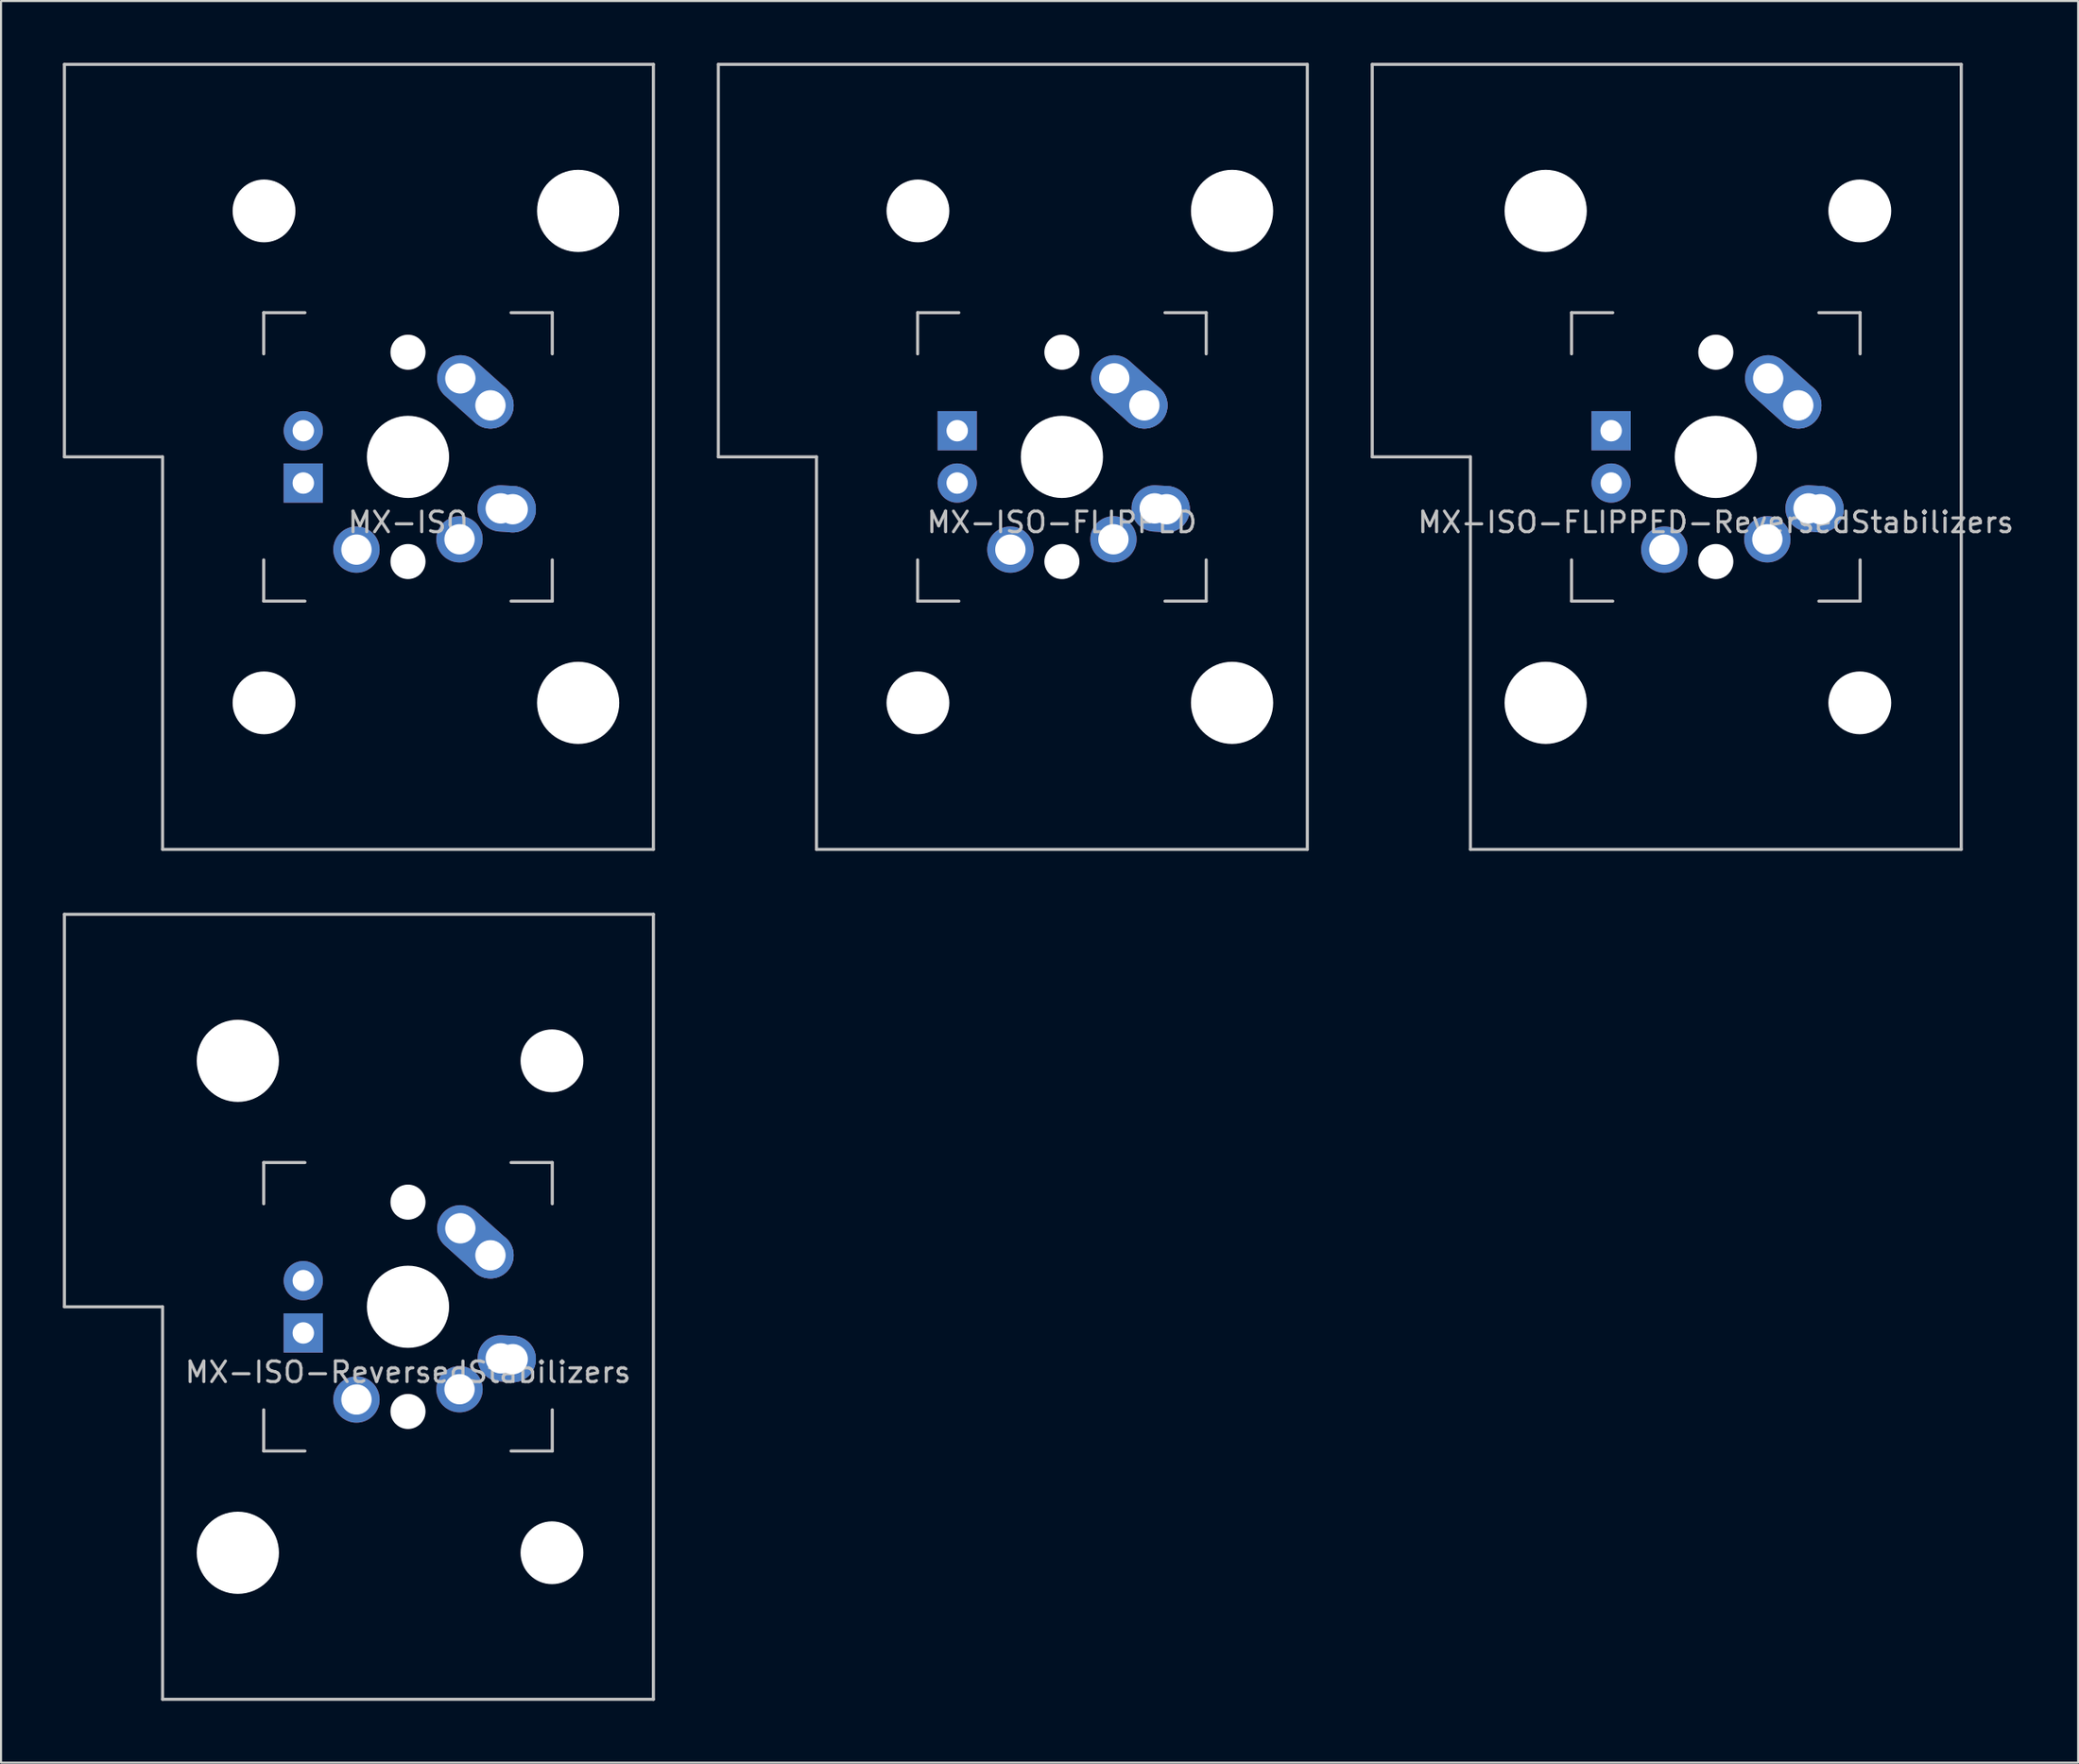
<source format=kicad_pcb>
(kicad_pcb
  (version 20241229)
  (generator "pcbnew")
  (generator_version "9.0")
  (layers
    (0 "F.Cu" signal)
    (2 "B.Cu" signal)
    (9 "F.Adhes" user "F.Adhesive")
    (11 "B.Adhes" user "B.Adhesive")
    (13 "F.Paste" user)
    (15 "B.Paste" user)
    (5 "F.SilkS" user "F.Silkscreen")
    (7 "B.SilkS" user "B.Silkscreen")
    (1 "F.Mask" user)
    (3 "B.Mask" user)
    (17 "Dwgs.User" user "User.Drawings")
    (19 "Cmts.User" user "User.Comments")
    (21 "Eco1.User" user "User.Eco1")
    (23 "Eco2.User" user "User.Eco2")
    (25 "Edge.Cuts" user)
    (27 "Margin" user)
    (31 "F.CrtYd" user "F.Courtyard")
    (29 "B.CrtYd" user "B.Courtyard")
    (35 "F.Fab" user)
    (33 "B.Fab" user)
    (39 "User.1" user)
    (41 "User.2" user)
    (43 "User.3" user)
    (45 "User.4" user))
  (footprint "MX-ISO-ReversedStabilizers"
    (layer "F.Cu")
    (at 16.744 60.375)
    (property "Reference" "MX-ISO-ReversedStabilizers" (at 0 3.175 0) (layer "Dwgs.User") (effects (font (size 1 1) (thickness 0.15))))
    (attr through_hole)
    (fp_line (start -16.669 -19.05) (end -16.669 0) (stroke (width 0.15) (type solid)) (layer "Dwgs.User"))
    (fp_line (start -16.669 -19.05) (end 11.906 -19.05) (stroke (width 0.15) (type solid)) (layer "Dwgs.User"))
    (fp_line (start -11.906 0) (end -16.669 0) (stroke (width 0.15) (type solid)) (layer "Dwgs.User"))
    (fp_line (start -11.906 19.05) (end -11.906 0) (stroke (width 0.15) (type solid)) (layer "Dwgs.User"))
    (fp_line (start -11.906 19.05) (end 11.906 19.05) (stroke (width 0.15) (type solid)) (layer "Dwgs.User"))
    (fp_line (start -7 -7) (end -7 -5) (stroke (width 0.15) (type solid)) (layer "Dwgs.User"))
    (fp_line (start -7 5) (end -7 7) (stroke (width 0.15) (type solid)) (layer "Dwgs.User"))
    (fp_line (start -7 7) (end -5 7) (stroke (width 0.15) (type solid)) (layer "Dwgs.User"))
    (fp_line (start -5 -7) (end -7 -7) (stroke (width 0.15) (type solid)) (layer "Dwgs.User"))
    (fp_line (start 5 -7) (end 7 -7) (stroke (width 0.15) (type solid)) (layer "Dwgs.User"))
    (fp_line (start 5 7) (end 7 7) (stroke (width 0.15) (type solid)) (layer "Dwgs.User"))
    (fp_line (start 7 -7) (end 7 -5) (stroke (width 0.15) (type solid)) (layer "Dwgs.User"))
    (fp_line (start 7 7) (end 7 5) (stroke (width 0.15) (type solid)) (layer "Dwgs.User"))
    (fp_line (start 11.906 -19.05) (end 11.906 19.05) (stroke (width 0.15) (type solid)) (layer "Dwgs.User"))
    (pad "" np_thru_hole circle (at -8.255 -11.938) (size 3.988 3.988) (drill 3.988) (layers "*.Cu" "*.Mask"))
    (pad "" np_thru_hole circle (at -8.255 11.938) (size 3.988 3.988) (drill 3.988) (layers "*.Cu" "*.Mask"))
    (pad "" np_thru_hole circle (at 0 -5.08 48.1) (size 1.702 1.702) (drill 1.702) (layers "*.Cu" "*.Mask"))
    (pad "" np_thru_hole circle (at 0 0) (size 3.988 3.988) (drill 3.988) (layers "*.Cu" "*.Mask"))
    (pad "" np_thru_hole circle (at 0 5.08 48.1) (size 1.702 1.702) (drill 1.702) (layers "*.Cu" "*.Mask"))
    (pad "" np_thru_hole circle (at 6.985 -11.938) (size 3.048 3.048) (drill 3.048) (layers "*.Cu" "*.Mask"))
    (pad "" np_thru_hole circle (at 6.985 11.938) (size 3.048 3.048) (drill 3.048) (layers "*.Cu" "*.Mask"))
    (pad "1" thru_hole circle (at 2.5 4) (size 2.25 2.25) (drill 1.47) (layers "*.Cu" "B.Mask"))
    (pad "1" thru_hole oval (at 4.5 2.5 356.055) (size 2.831 2.25) (drill 1.47 (offset 0.291 0)) (layers "*.Cu" "B.Mask"))
    (pad "1" thru_hole circle (at 5.08 2.54) (size 2.25 2.25) (drill 1.47) (layers "*.Cu" "B.Mask"))
    (pad "2" thru_hole circle (at -2.5 4.5) (size 2.25 2.25) (drill 1.47) (layers "*.Cu" "B.Mask"))
    (pad "2" thru_hole oval (at 2.54 -3.81 318.1) (size 4.212 2.25) (drill 1.47 (offset 0.981 0)) (layers "*.Cu" "B.Mask"))
    (pad "2" thru_hole circle (at 4 -2.5) (size 2.25 2.25) (drill 1.47) (layers "*.Cu" "B.Mask"))
    (pad "3" thru_hole circle (at -5.08 -1.27) (size 1.905 1.905) (drill 1.04) (layers "*.Cu" "B.Mask"))
    (pad "4" thru_hole rect (at -5.08 1.27) (size 1.905 1.905) (drill 1.04) (layers "*.Cu" "B.Mask")))
  (footprint "MX-ISO"
    (layer "F.Cu")
    (at 16.744 19.125)
    (property "Reference" "MX-ISO" (at 0 3.175 0) (layer "Dwgs.User") (effects (font (size 1 1) (thickness 0.15))))
    (attr through_hole)
    (fp_line (start -16.669 -19.05) (end -16.669 0) (stroke (width 0.15) (type solid)) (layer "Dwgs.User"))
    (fp_line (start -16.669 -19.05) (end 11.906 -19.05) (stroke (width 0.15) (type solid)) (layer "Dwgs.User"))
    (fp_line (start -11.906 0) (end -16.669 0) (stroke (width 0.15) (type solid)) (layer "Dwgs.User"))
    (fp_line (start -11.906 19.05) (end -11.906 0) (stroke (width 0.15) (type solid)) (layer "Dwgs.User"))
    (fp_line (start -11.906 19.05) (end 11.906 19.05) (stroke (width 0.15) (type solid)) (layer "Dwgs.User"))
    (fp_line (start -7 -7) (end -7 -5) (stroke (width 0.15) (type solid)) (layer "Dwgs.User"))
    (fp_line (start -7 5) (end -7 7) (stroke (width 0.15) (type solid)) (layer "Dwgs.User"))
    (fp_line (start -7 7) (end -5 7) (stroke (width 0.15) (type solid)) (layer "Dwgs.User"))
    (fp_line (start -5 -7) (end -7 -7) (stroke (width 0.15) (type solid)) (layer "Dwgs.User"))
    (fp_line (start 5 -7) (end 7 -7) (stroke (width 0.15) (type solid)) (layer "Dwgs.User"))
    (fp_line (start 5 7) (end 7 7) (stroke (width 0.15) (type solid)) (layer "Dwgs.User"))
    (fp_line (start 7 -7) (end 7 -5) (stroke (width 0.15) (type solid)) (layer "Dwgs.User"))
    (fp_line (start 7 7) (end 7 5) (stroke (width 0.15) (type solid)) (layer "Dwgs.User"))
    (fp_line (start 11.906 -19.05) (end 11.906 19.05) (stroke (width 0.15) (type solid)) (layer "Dwgs.User"))
    (pad "" np_thru_hole circle (at -6.985 -11.938) (size 3.048 3.048) (drill 3.048) (layers "*.Cu" "*.Mask"))
    (pad "" np_thru_hole circle (at -6.985 11.938) (size 3.048 3.048) (drill 3.048) (layers "*.Cu" "*.Mask"))
    (pad "" np_thru_hole circle (at 0 -5.08 48.1) (size 1.702 1.702) (drill 1.702) (layers "*.Cu" "*.Mask"))
    (pad "" np_thru_hole circle (at 0 0) (size 3.988 3.988) (drill 3.988) (layers "*.Cu" "*.Mask"))
    (pad "" np_thru_hole circle (at 0 5.08 48.1) (size 1.702 1.702) (drill 1.702) (layers "*.Cu" "*.Mask"))
    (pad "" np_thru_hole circle (at 8.255 -11.938) (size 3.988 3.988) (drill 3.988) (layers "*.Cu" "*.Mask"))
    (pad "" np_thru_hole circle (at 8.255 11.938) (size 3.988 3.988) (drill 3.988) (layers "*.Cu" "*.Mask"))
    (pad "1" thru_hole circle (at 2.5 4) (size 2.25 2.25) (drill 1.47) (layers "*.Cu" "B.Mask"))
    (pad "1" thru_hole oval (at 4.5 2.5 356.055) (size 2.831 2.25) (drill 1.47 (offset 0.291 0)) (layers "*.Cu" "B.Mask"))
    (pad "1" thru_hole circle (at 5.08 2.54) (size 2.25 2.25) (drill 1.47) (layers "*.Cu" "B.Mask"))
    (pad "2" thru_hole circle (at -2.5 4.5) (size 2.25 2.25) (drill 1.47) (layers "*.Cu" "B.Mask"))
    (pad "2" thru_hole oval (at 2.54 -3.81 318.1) (size 4.212 2.25) (drill 1.47 (offset 0.981 0)) (layers "*.Cu" "B.Mask"))
    (pad "2" thru_hole circle (at 4 -2.5) (size 2.25 2.25) (drill 1.47) (layers "*.Cu" "B.Mask"))
    (pad "3" thru_hole circle (at -5.08 -1.27) (size 1.905 1.905) (drill 1.04) (layers "*.Cu" "B.Mask"))
    (pad "4" thru_hole rect (at -5.08 1.27) (size 1.905 1.905) (drill 1.04) (layers "*.Cu" "B.Mask")))
  (footprint "MX-ISO-FLIPPED"
    (layer "F.Cu")
    (at 48.469 19.125)
    (property "Reference" "MX-ISO-FLIPPED" (at 0 3.175 0) (layer "Dwgs.User") (effects (font (size 1 1) (thickness 0.15))))
    (attr through_hole)
    (fp_line (start -16.669 -19.05) (end -16.669 0) (stroke (width 0.15) (type solid)) (layer "Dwgs.User"))
    (fp_line (start -16.669 -19.05) (end 11.906 -19.05) (stroke (width 0.15) (type solid)) (layer "Dwgs.User"))
    (fp_line (start -11.906 0) (end -16.669 0) (stroke (width 0.15) (type solid)) (layer "Dwgs.User"))
    (fp_line (start -11.906 19.05) (end -11.906 0) (stroke (width 0.15) (type solid)) (layer "Dwgs.User"))
    (fp_line (start -11.906 19.05) (end 11.906 19.05) (stroke (width 0.15) (type solid)) (layer "Dwgs.User"))
    (fp_line (start -7 -7) (end -7 -5) (stroke (width 0.15) (type solid)) (layer "Dwgs.User"))
    (fp_line (start -7 5) (end -7 7) (stroke (width 0.15) (type solid)) (layer "Dwgs.User"))
    (fp_line (start -7 7) (end -5 7) (stroke (width 0.15) (type solid)) (layer "Dwgs.User"))
    (fp_line (start -5 -7) (end -7 -7) (stroke (width 0.15) (type solid)) (layer "Dwgs.User"))
    (fp_line (start 5 -7) (end 7 -7) (stroke (width 0.15) (type solid)) (layer "Dwgs.User"))
    (fp_line (start 5 7) (end 7 7) (stroke (width 0.15) (type solid)) (layer "Dwgs.User"))
    (fp_line (start 7 -7) (end 7 -5) (stroke (width 0.15) (type solid)) (layer "Dwgs.User"))
    (fp_line (start 7 7) (end 7 5) (stroke (width 0.15) (type solid)) (layer "Dwgs.User"))
    (fp_line (start 11.906 -19.05) (end 11.906 19.05) (stroke (width 0.15) (type solid)) (layer "Dwgs.User"))
    (pad "" np_thru_hole circle (at -6.985 -11.938) (size 3.048 3.048) (drill 3.048) (layers "*.Cu" "*.Mask"))
    (pad "" np_thru_hole circle (at -6.985 11.938) (size 3.048 3.048) (drill 3.048) (layers "*.Cu" "*.Mask"))
    (pad "" np_thru_hole circle (at 0 -5.08 48.1) (size 1.702 1.702) (drill 1.702) (layers "*.Cu" "*.Mask"))
    (pad "" np_thru_hole circle (at 0 0) (size 3.988 3.988) (drill 3.988) (layers "*.Cu" "*.Mask"))
    (pad "" np_thru_hole circle (at 0 5.08 48.1) (size 1.702 1.702) (drill 1.702) (layers "*.Cu" "*.Mask"))
    (pad "" np_thru_hole circle (at 8.255 -11.938) (size 3.988 3.988) (drill 3.988) (layers "*.Cu" "*.Mask"))
    (pad "" np_thru_hole circle (at 8.255 11.938) (size 3.988 3.988) (drill 3.988) (layers "*.Cu" "*.Mask"))
    (pad "1" thru_hole circle (at 2.5 4) (size 2.25 2.25) (drill 1.47) (layers "*.Cu" "B.Mask"))
    (pad "1" thru_hole oval (at 4.5 2.5 356.055) (size 2.831 2.25) (drill 1.47 (offset 0.291 0)) (layers "*.Cu" "B.Mask"))
    (pad "1" thru_hole circle (at 5.08 2.54) (size 2.25 2.25) (drill 1.47) (layers "*.Cu" "B.Mask"))
    (pad "2" thru_hole circle (at -2.5 4.5) (size 2.25 2.25) (drill 1.47) (layers "*.Cu" "B.Mask"))
    (pad "2" thru_hole oval (at 2.54 -3.81 318.1) (size 4.212 2.25) (drill 1.47 (offset 0.981 0)) (layers "*.Cu" "B.Mask"))
    (pad "2" thru_hole circle (at 4 -2.5) (size 2.25 2.25) (drill 1.47) (layers "*.Cu" "B.Mask"))
    (pad "3" thru_hole circle (at -5.08 1.27) (size 1.905 1.905) (drill 1.04) (layers "*.Cu" "B.Mask"))
    (pad "4" thru_hole rect (at -5.08 -1.27) (size 1.905 1.905) (drill 1.04) (layers "*.Cu" "B.Mask")))
  (footprint "MX-ISO-FLIPPED-ReversedStabilizers"
    (layer "F.Cu")
    (at 80.194 19.125)
    (property "Reference" "MX-ISO-FLIPPED-ReversedStabilizers" (at 0 3.175 0) (layer "Dwgs.User") (effects (font (size 1 1) (thickness 0.15))))
    (attr through_hole)
    (fp_line (start -16.669 -19.05) (end -16.669 0) (stroke (width 0.15) (type solid)) (layer "Dwgs.User"))
    (fp_line (start -16.669 -19.05) (end 11.906 -19.05) (stroke (width 0.15) (type solid)) (layer "Dwgs.User"))
    (fp_line (start -11.906 0) (end -16.669 0) (stroke (width 0.15) (type solid)) (layer "Dwgs.User"))
    (fp_line (start -11.906 19.05) (end -11.906 0) (stroke (width 0.15) (type solid)) (layer "Dwgs.User"))
    (fp_line (start -11.906 19.05) (end 11.906 19.05) (stroke (width 0.15) (type solid)) (layer "Dwgs.User"))
    (fp_line (start -7 -7) (end -7 -5) (stroke (width 0.15) (type solid)) (layer "Dwgs.User"))
    (fp_line (start -7 5) (end -7 7) (stroke (width 0.15) (type solid)) (layer "Dwgs.User"))
    (fp_line (start -7 7) (end -5 7) (stroke (width 0.15) (type solid)) (layer "Dwgs.User"))
    (fp_line (start -5 -7) (end -7 -7) (stroke (width 0.15) (type solid)) (layer "Dwgs.User"))
    (fp_line (start 5 -7) (end 7 -7) (stroke (width 0.15) (type solid)) (layer "Dwgs.User"))
    (fp_line (start 5 7) (end 7 7) (stroke (width 0.15) (type solid)) (layer "Dwgs.User"))
    (fp_line (start 7 -7) (end 7 -5) (stroke (width 0.15) (type solid)) (layer "Dwgs.User"))
    (fp_line (start 7 7) (end 7 5) (stroke (width 0.15) (type solid)) (layer "Dwgs.User"))
    (fp_line (start 11.906 -19.05) (end 11.906 19.05) (stroke (width 0.15) (type solid)) (layer "Dwgs.User"))
    (pad "" np_thru_hole circle (at -8.255 -11.938) (size 3.988 3.988) (drill 3.988) (layers "*.Cu" "*.Mask"))
    (pad "" np_thru_hole circle (at -8.255 11.938) (size 3.988 3.988) (drill 3.988) (layers "*.Cu" "*.Mask"))
    (pad "" np_thru_hole circle (at 0 -5.08 48.1) (size 1.702 1.702) (drill 1.702) (layers "*.Cu" "*.Mask"))
    (pad "" np_thru_hole circle (at 0 0) (size 3.988 3.988) (drill 3.988) (layers "*.Cu" "*.Mask"))
    (pad "" np_thru_hole circle (at 0 5.08 48.1) (size 1.702 1.702) (drill 1.702) (layers "*.Cu" "*.Mask"))
    (pad "" np_thru_hole circle (at 6.985 -11.938) (size 3.048 3.048) (drill 3.048) (layers "*.Cu" "*.Mask"))
    (pad "" np_thru_hole circle (at 6.985 11.938) (size 3.048 3.048) (drill 3.048) (layers "*.Cu" "*.Mask"))
    (pad "1" thru_hole circle (at 2.5 4) (size 2.25 2.25) (drill 1.47) (layers "*.Cu" "B.Mask"))
    (pad "1" thru_hole oval (at 4.5 2.5 356.055) (size 2.831 2.25) (drill 1.47 (offset 0.291 0)) (layers "*.Cu" "B.Mask"))
    (pad "1" thru_hole circle (at 5.08 2.54) (size 2.25 2.25) (drill 1.47) (layers "*.Cu" "B.Mask"))
    (pad "2" thru_hole circle (at -2.5 4.5) (size 2.25 2.25) (drill 1.47) (layers "*.Cu" "B.Mask"))
    (pad "2" thru_hole oval (at 2.54 -3.81 318.1) (size 4.212 2.25) (drill 1.47 (offset 0.981 0)) (layers "*.Cu" "B.Mask"))
    (pad "2" thru_hole circle (at 4 -2.5) (size 2.25 2.25) (drill 1.47) (layers "*.Cu" "B.Mask"))
    (pad "3" thru_hole circle (at -5.08 1.27) (size 1.905 1.905) (drill 1.04) (layers "*.Cu" "B.Mask"))
    (pad "4" thru_hole rect (at -5.08 -1.27) (size 1.905 1.905) (drill 1.04) (layers "*.Cu" "B.Mask")))
  (gr_rect
    (start -3 -3)
    (end 97.771 82.5)
    (stroke (width 0.1) (type default))
    (fill no)
    (layer "Edge.Cuts")))
</source>
